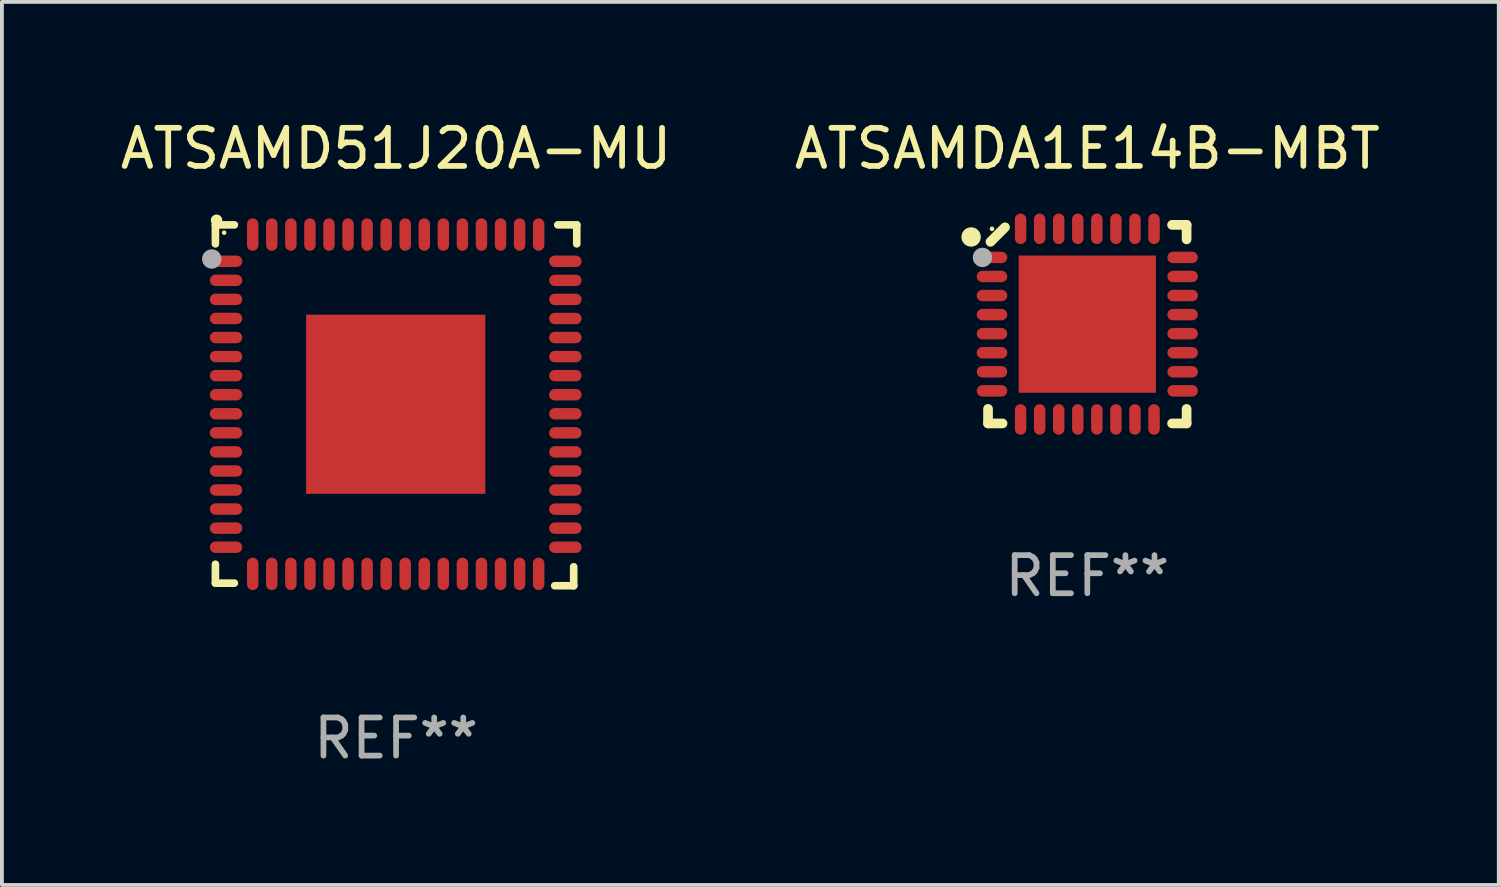
<source format=kicad_pcb>
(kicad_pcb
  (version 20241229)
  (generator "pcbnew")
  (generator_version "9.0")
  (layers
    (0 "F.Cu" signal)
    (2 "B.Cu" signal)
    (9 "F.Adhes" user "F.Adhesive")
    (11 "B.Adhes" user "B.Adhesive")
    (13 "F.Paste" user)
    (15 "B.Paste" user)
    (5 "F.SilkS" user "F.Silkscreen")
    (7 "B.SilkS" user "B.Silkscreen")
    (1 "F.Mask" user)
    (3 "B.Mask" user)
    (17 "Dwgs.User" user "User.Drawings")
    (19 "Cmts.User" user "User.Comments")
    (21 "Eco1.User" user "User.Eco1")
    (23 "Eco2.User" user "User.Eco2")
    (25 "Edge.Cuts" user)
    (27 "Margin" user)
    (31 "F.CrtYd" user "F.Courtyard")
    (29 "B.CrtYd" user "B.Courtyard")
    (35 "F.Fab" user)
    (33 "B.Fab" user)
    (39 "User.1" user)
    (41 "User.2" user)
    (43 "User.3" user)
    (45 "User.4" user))
  (footprint "ATSAMD51J20A-MU"
    (layer "F.Cu")
    (at 7.339 7.581)
    (property "Reference" "ATSAMD51J20A-MU" (at 0 -6.733 0) (layer "F.SilkS") (effects (font (size 1 1) (thickness 0.15))))
    (attr through_hole)
    (fp_line (start -4.739 -4.733) (end -4.241 -4.733) (stroke (width 0.2) (type solid)) (layer "F.SilkS"))
    (fp_line (start -4.739 -4.235) (end -4.739 -4.733) (stroke (width 0.2) (type solid)) (layer "F.SilkS"))
    (fp_line (start -4.739 4.168) (end -4.739 4.665) (stroke (width 0.2) (type solid)) (layer "F.SilkS"))
    (fp_line (start -4.739 4.665) (end -4.241 4.665) (stroke (width 0.2) (type solid)) (layer "F.SilkS"))
    (fp_line (start 4.161 4.733) (end 4.659 4.733) (stroke (width 0.2) (type solid)) (layer "F.SilkS"))
    (fp_line (start 4.241 -4.733) (end 4.739 -4.733) (stroke (width 0.2) (type solid)) (layer "F.SilkS"))
    (fp_line (start 4.659 4.733) (end 4.659 4.235) (stroke (width 0.2) (type solid)) (layer "F.SilkS"))
    (fp_line (start 4.739 -4.733) (end 4.739 -4.235) (stroke (width 0.2) (type solid)) (layer "F.SilkS"))
    (fp_arc (start -4.708623 -4.85108) (mid -4.708628 -4.85235) (end -4.708623 -4.85362) (stroke (width 0.3) (type solid)) (layer "F.SilkS"))
    (fp_circle (center -4.51 -4.528) (end -4.48 -4.528) (stroke (width 0.06) (type solid)) (fill no) (layer "F.SilkS"))
    (fp_circle (center -4.835 -3.838) (end -4.708 -3.838) (stroke (width 0.254) (type solid)) (fill no) (layer "F.Fab"))
    (fp_text user "REF**" (at 0 8.733 0) (layer "F.Fab") (effects (font (size 1 1) (thickness 0.15))))
    (pad "1" smd oval (at -4.46 -3.778) (size 0.85 0.3) (layers "F.Cu" "F.Mask" "F.Paste"))
    (pad "2" smd oval (at -4.46 -3.278) (size 0.85 0.3) (layers "F.Cu" "F.Mask" "F.Paste"))
    (pad "3" smd oval (at -4.46 -2.778) (size 0.85 0.3) (layers "F.Cu" "F.Mask" "F.Paste"))
    (pad "4" smd oval (at -4.46 -2.278) (size 0.85 0.3) (layers "F.Cu" "F.Mask" "F.Paste"))
    (pad "5" smd oval (at -4.46 -1.778) (size 0.85 0.3) (layers "F.Cu" "F.Mask" "F.Paste"))
    (pad "6" smd oval (at -4.46 -1.278) (size 0.85 0.3) (layers "F.Cu" "F.Mask" "F.Paste"))
    (pad "7" smd oval (at -4.46 -0.778) (size 0.85 0.3) (layers "F.Cu" "F.Mask" "F.Paste"))
    (pad "8" smd oval (at -4.46 -0.278) (size 0.85 0.3) (layers "F.Cu" "F.Mask" "F.Paste"))
    (pad "9" smd oval (at -4.46 0.222) (size 0.85 0.3) (layers "F.Cu" "F.Mask" "F.Paste"))
    (pad "10" smd oval (at -4.46 0.722) (size 0.85 0.3) (layers "F.Cu" "F.Mask" "F.Paste"))
    (pad "11" smd oval (at -4.46 1.222) (size 0.85 0.3) (layers "F.Cu" "F.Mask" "F.Paste"))
    (pad "12" smd oval (at -4.46 1.722) (size 0.85 0.3) (layers "F.Cu" "F.Mask" "F.Paste"))
    (pad "13" smd oval (at -4.46 2.222) (size 0.85 0.3) (layers "F.Cu" "F.Mask" "F.Paste"))
    (pad "14" smd oval (at -4.46 2.722) (size 0.85 0.3) (layers "F.Cu" "F.Mask" "F.Paste"))
    (pad "15" smd oval (at -4.46 3.222) (size 0.85 0.3) (layers "F.Cu" "F.Mask" "F.Paste"))
    (pad "16" smd oval (at -4.46 3.722) (size 0.85 0.3) (layers "F.Cu" "F.Mask" "F.Paste"))
    (pad "17" smd oval (at -3.76 4.422) (size 0.3 0.85) (layers "F.Cu" "F.Mask" "F.Paste"))
    (pad "18" smd oval (at -3.26 4.422) (size 0.3 0.85) (layers "F.Cu" "F.Mask" "F.Paste"))
    (pad "19" smd oval (at -2.76 4.422) (size 0.3 0.85) (layers "F.Cu" "F.Mask" "F.Paste"))
    (pad "20" smd oval (at -2.26 4.422) (size 0.3 0.85) (layers "F.Cu" "F.Mask" "F.Paste"))
    (pad "21" smd oval (at -1.76 4.422) (size 0.3 0.85) (layers "F.Cu" "F.Mask" "F.Paste"))
    (pad "22" smd oval (at -1.26 4.422) (size 0.3 0.85) (layers "F.Cu" "F.Mask" "F.Paste"))
    (pad "23" smd oval (at -0.76 4.422) (size 0.3 0.85) (layers "F.Cu" "F.Mask" "F.Paste"))
    (pad "24" smd oval (at -0.26 4.422) (size 0.3 0.85) (layers "F.Cu" "F.Mask" "F.Paste"))
    (pad "25" smd oval (at 0.24 4.422) (size 0.3 0.85) (layers "F.Cu" "F.Mask" "F.Paste"))
    (pad "26" smd oval (at 0.74 4.422) (size 0.3 0.85) (layers "F.Cu" "F.Mask" "F.Paste"))
    (pad "27" smd oval (at 1.24 4.422) (size 0.3 0.85) (layers "F.Cu" "F.Mask" "F.Paste"))
    (pad "28" smd oval (at 1.74 4.422) (size 0.3 0.85) (layers "F.Cu" "F.Mask" "F.Paste"))
    (pad "29" smd oval (at 2.24 4.422) (size 0.3 0.85) (layers "F.Cu" "F.Mask" "F.Paste"))
    (pad "30" smd oval (at 2.74 4.422) (size 0.3 0.85) (layers "F.Cu" "F.Mask" "F.Paste"))
    (pad "31" smd oval (at 3.24 4.422) (size 0.3 0.85) (layers "F.Cu" "F.Mask" "F.Paste"))
    (pad "32" smd oval (at 3.74 4.422) (size 0.3 0.85) (layers "F.Cu" "F.Mask" "F.Paste"))
    (pad "33" smd oval (at 4.44 3.723) (size 0.85 0.3) (layers "F.Cu" "F.Mask" "F.Paste"))
    (pad "34" smd oval (at 4.44 3.222) (size 0.85 0.3) (layers "F.Cu" "F.Mask" "F.Paste"))
    (pad "35" smd oval (at 4.44 2.723) (size 0.85 0.3) (layers "F.Cu" "F.Mask" "F.Paste"))
    (pad "36" smd oval (at 4.44 2.222) (size 0.85 0.3) (layers "F.Cu" "F.Mask" "F.Paste"))
    (pad "37" smd oval (at 4.44 1.723) (size 0.85 0.3) (layers "F.Cu" "F.Mask" "F.Paste"))
    (pad "38" smd oval (at 4.44 1.222) (size 0.85 0.3) (layers "F.Cu" "F.Mask" "F.Paste"))
    (pad "39" smd oval (at 4.44 0.723) (size 0.85 0.3) (layers "F.Cu" "F.Mask" "F.Paste"))
    (pad "40" smd oval (at 4.44 0.222) (size 0.85 0.3) (layers "F.Cu" "F.Mask" "F.Paste"))
    (pad "41" smd oval (at 4.44 -0.277) (size 0.85 0.3) (layers "F.Cu" "F.Mask" "F.Paste"))
    (pad "42" smd oval (at 4.44 -0.778) (size 0.85 0.3) (layers "F.Cu" "F.Mask" "F.Paste"))
    (pad "43" smd oval (at 4.44 -1.277) (size 0.85 0.3) (layers "F.Cu" "F.Mask" "F.Paste"))
    (pad "44" smd oval (at 4.44 -1.778) (size 0.85 0.3) (layers "F.Cu" "F.Mask" "F.Paste"))
    (pad "45" smd oval (at 4.44 -2.277) (size 0.85 0.3) (layers "F.Cu" "F.Mask" "F.Paste"))
    (pad "46" smd oval (at 4.44 -2.778) (size 0.85 0.3) (layers "F.Cu" "F.Mask" "F.Paste"))
    (pad "47" smd oval (at 4.44 -3.277) (size 0.85 0.3) (layers "F.Cu" "F.Mask" "F.Paste"))
    (pad "48" smd oval (at 4.44 -3.778) (size 0.85 0.3) (layers "F.Cu" "F.Mask" "F.Paste"))
    (pad "49" smd oval (at 3.74 -4.478) (size 0.3 0.85) (layers "F.Cu" "F.Mask" "F.Paste"))
    (pad "50" smd oval (at 3.24 -4.478) (size 0.3 0.85) (layers "F.Cu" "F.Mask" "F.Paste"))
    (pad "51" smd oval (at 2.74 -4.478) (size 0.3 0.85) (layers "F.Cu" "F.Mask" "F.Paste"))
    (pad "52" smd oval (at 2.24 -4.478) (size 0.3 0.85) (layers "F.Cu" "F.Mask" "F.Paste"))
    (pad "53" smd oval (at 1.74 -4.478) (size 0.3 0.85) (layers "F.Cu" "F.Mask" "F.Paste"))
    (pad "54" smd oval (at 1.24 -4.478) (size 0.3 0.85) (layers "F.Cu" "F.Mask" "F.Paste"))
    (pad "55" smd oval (at 0.74 -4.478) (size 0.3 0.85) (layers "F.Cu" "F.Mask" "F.Paste"))
    (pad "56" smd oval (at 0.24 -4.478) (size 0.3 0.85) (layers "F.Cu" "F.Mask" "F.Paste"))
    (pad "57" smd oval (at -0.26 -4.478) (size 0.3 0.85) (layers "F.Cu" "F.Mask" "F.Paste"))
    (pad "58" smd oval (at -0.76 -4.478) (size 0.3 0.85) (layers "F.Cu" "F.Mask" "F.Paste"))
    (pad "59" smd oval (at -1.26 -4.478) (size 0.3 0.85) (layers "F.Cu" "F.Mask" "F.Paste"))
    (pad "60" smd oval (at -1.76 -4.478) (size 0.3 0.85) (layers "F.Cu" "F.Mask" "F.Paste"))
    (pad "61" smd oval (at -2.26 -4.478) (size 0.3 0.85) (layers "F.Cu" "F.Mask" "F.Paste"))
    (pad "62" smd oval (at -2.76 -4.478) (size 0.3 0.85) (layers "F.Cu" "F.Mask" "F.Paste"))
    (pad "63" smd oval (at -3.26 -4.478) (size 0.3 0.85) (layers "F.Cu" "F.Mask" "F.Paste"))
    (pad "64" smd oval (at -3.76 -4.478) (size 0.3 0.85) (layers "F.Cu" "F.Mask" "F.Paste"))
    (pad "65" smd rect (at -0.009 -0.028 90) (size 4.7 4.7) (layers "F.Cu" "F.Mask" "F.Paste")))
  (footprint "ATSAMDA1E14B-MBT"
    (layer "F.Cu")
    (at 25.47 5.452)
    (property "Reference" "ATSAMDA1E14B-MBT" (at 0 -4.604 0) (layer "F.SilkS") (effects (font (size 1 1) (thickness 0.15))))
    (attr through_hole)
    (fp_line (start -2.604 2.223) (end -2.604 2.604) (stroke (width 0.254) (type solid)) (layer "F.SilkS"))
    (fp_line (start -2.604 2.604) (end -2.223 2.604) (stroke (width 0.254) (type solid)) (layer "F.SilkS"))
    (fp_line (start -2.159 -2.54) (end -2.54 -2.159) (stroke (width 0.254) (type solid)) (layer "F.SilkS"))
    (fp_line (start 2.223 2.604) (end 2.604 2.604) (stroke (width 0.254) (type solid)) (layer "F.SilkS"))
    (fp_line (start 2.604 -2.604) (end 2.223 -2.604) (stroke (width 0.254) (type solid)) (layer "F.SilkS"))
    (fp_line (start 2.604 -2.223) (end 2.604 -2.604) (stroke (width 0.254) (type solid)) (layer "F.SilkS"))
    (fp_line (start 2.604 2.604) (end 2.604 2.223) (stroke (width 0.254) (type solid)) (layer "F.SilkS"))
    (fp_circle (center -3.048 -2.286) (end -2.921 -2.286) (stroke (width 0.254) (type solid)) (fill no) (layer "F.SilkS"))
    (fp_circle (center -2.5 -2.5) (end -2.47 -2.5) (stroke (width 0.06) (type solid)) (fill no) (layer "F.SilkS"))
    (fp_circle (center -2.75 -1.75) (end -2.623 -1.75) (stroke (width 0.254) (type solid)) (fill no) (layer "F.Fab"))
    (fp_text user "REF**" (at 0 6.604 0) (layer "F.Fab") (effects (font (size 1 1) (thickness 0.15))))
    (pad "1" smd oval (at -2.5 -1.75) (size 0.8 0.3) (layers "F.Cu" "F.Mask" "F.Paste"))
    (pad "2" smd oval (at -2.5 -1.25) (size 0.8 0.3) (layers "F.Cu" "F.Mask" "F.Paste"))
    (pad "3" smd oval (at -2.5 -0.75) (size 0.8 0.3) (layers "F.Cu" "F.Mask" "F.Paste"))
    (pad "4" smd oval (at -2.5 -0.25) (size 0.8 0.3) (layers "F.Cu" "F.Mask" "F.Paste"))
    (pad "5" smd oval (at -2.5 0.25) (size 0.8 0.3) (layers "F.Cu" "F.Mask" "F.Paste"))
    (pad "6" smd oval (at -2.5 0.75) (size 0.8 0.3) (layers "F.Cu" "F.Mask" "F.Paste"))
    (pad "7" smd oval (at -2.5 1.25) (size 0.8 0.3) (layers "F.Cu" "F.Mask" "F.Paste"))
    (pad "8" smd oval (at -2.5 1.75) (size 0.8 0.3) (layers "F.Cu" "F.Mask" "F.Paste"))
    (pad "9" smd oval (at -1.75 2.5) (size 0.3 0.8) (layers "F.Cu" "F.Mask" "F.Paste"))
    (pad "10" smd oval (at -1.25 2.5) (size 0.3 0.8) (layers "F.Cu" "F.Mask" "F.Paste"))
    (pad "11" smd oval (at -0.75 2.5) (size 0.3 0.8) (layers "F.Cu" "F.Mask" "F.Paste"))
    (pad "12" smd oval (at -0.25 2.5) (size 0.3 0.8) (layers "F.Cu" "F.Mask" "F.Paste"))
    (pad "13" smd oval (at 0.25 2.5) (size 0.3 0.8) (layers "F.Cu" "F.Mask" "F.Paste"))
    (pad "14" smd oval (at 0.75 2.5) (size 0.3 0.8) (layers "F.Cu" "F.Mask" "F.Paste"))
    (pad "15" smd oval (at 1.25 2.5) (size 0.3 0.8) (layers "F.Cu" "F.Mask" "F.Paste"))
    (pad "16" smd oval (at 1.75 2.5) (size 0.3 0.8) (layers "F.Cu" "F.Mask" "F.Paste"))
    (pad "17" smd oval (at 2.5 1.75) (size 0.8 0.3) (layers "F.Cu" "F.Mask" "F.Paste"))
    (pad "18" smd oval (at 2.5 1.25) (size 0.8 0.3) (layers "F.Cu" "F.Mask" "F.Paste"))
    (pad "19" smd oval (at 2.5 0.75) (size 0.8 0.3) (layers "F.Cu" "F.Mask" "F.Paste"))
    (pad "20" smd oval (at 2.5 0.25) (size 0.8 0.3) (layers "F.Cu" "F.Mask" "F.Paste"))
    (pad "21" smd oval (at 2.5 -0.25) (size 0.8 0.3) (layers "F.Cu" "F.Mask" "F.Paste"))
    (pad "22" smd oval (at 2.5 -0.75) (size 0.8 0.3) (layers "F.Cu" "F.Mask" "F.Paste"))
    (pad "23" smd oval (at 2.5 -1.25) (size 0.8 0.3) (layers "F.Cu" "F.Mask" "F.Paste"))
    (pad "24" smd oval (at 2.5 -1.75) (size 0.8 0.3) (layers "F.Cu" "F.Mask" "F.Paste"))
    (pad "25" smd oval (at 1.75 -2.5) (size 0.3 0.8) (layers "F.Cu" "F.Mask" "F.Paste"))
    (pad "26" smd oval (at 1.25 -2.5) (size 0.3 0.8) (layers "F.Cu" "F.Mask" "F.Paste"))
    (pad "27" smd oval (at 0.75 -2.5) (size 0.3 0.8) (layers "F.Cu" "F.Mask" "F.Paste"))
    (pad "28" smd oval (at 0.25 -2.5) (size 0.3 0.8) (layers "F.Cu" "F.Mask" "F.Paste"))
    (pad "29" smd oval (at -0.25 -2.5) (size 0.3 0.8) (layers "F.Cu" "F.Mask" "F.Paste"))
    (pad "30" smd oval (at -0.75 -2.5) (size 0.3 0.8) (layers "F.Cu" "F.Mask" "F.Paste"))
    (pad "31" smd oval (at -1.25 -2.5) (size 0.3 0.8) (layers "F.Cu" "F.Mask" "F.Paste"))
    (pad "32" smd oval (at -1.75 -2.5) (size 0.3 0.8) (layers "F.Cu" "F.Mask" "F.Paste"))
    (pad "33" smd rect (at -0.000076 0) (size 3.6 3.6) (layers "F.Cu" "F.Mask" "F.Paste")))
  (gr_rect
    (start -3 -3)
    (end 36.262 20.162)
    (stroke (width 0.1) (type default))
    (fill no)
    (layer "Edge.Cuts")))
</source>
